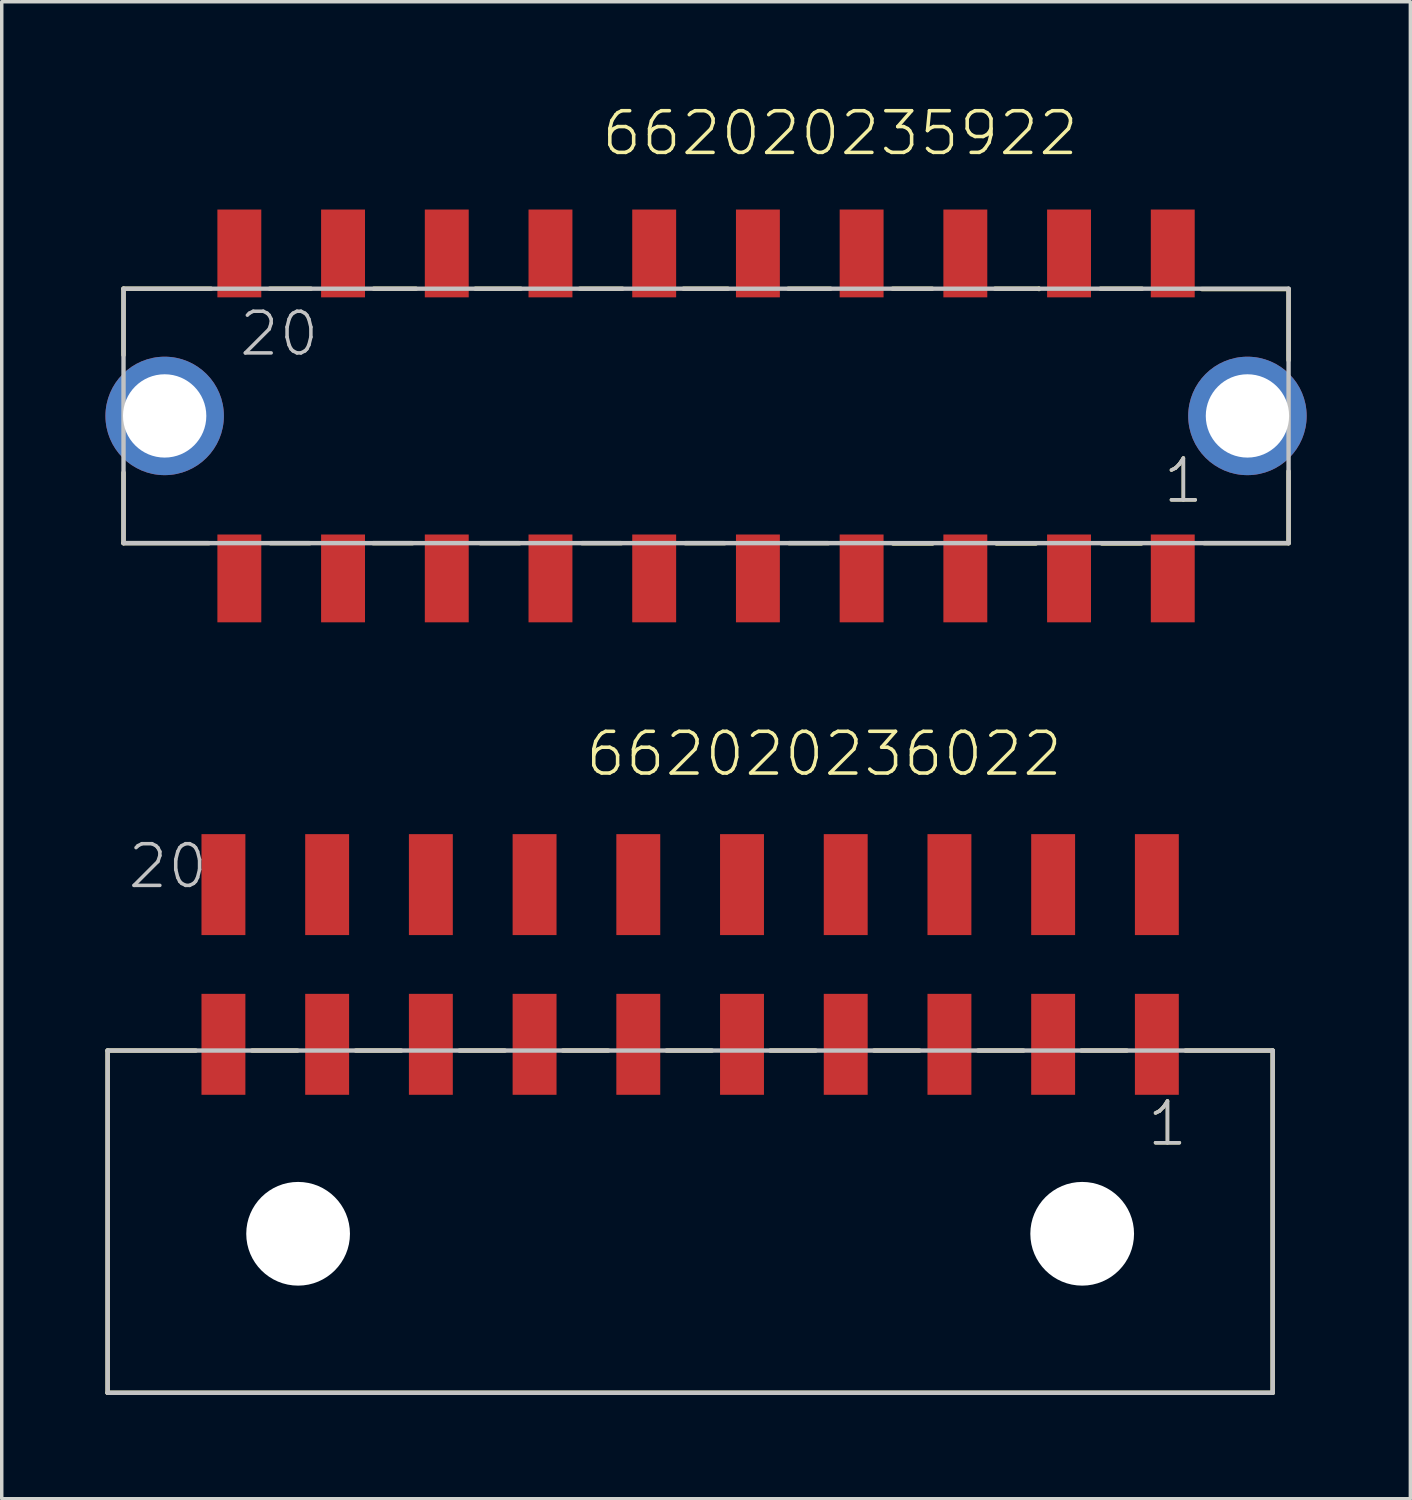
<source format=kicad_pcb>
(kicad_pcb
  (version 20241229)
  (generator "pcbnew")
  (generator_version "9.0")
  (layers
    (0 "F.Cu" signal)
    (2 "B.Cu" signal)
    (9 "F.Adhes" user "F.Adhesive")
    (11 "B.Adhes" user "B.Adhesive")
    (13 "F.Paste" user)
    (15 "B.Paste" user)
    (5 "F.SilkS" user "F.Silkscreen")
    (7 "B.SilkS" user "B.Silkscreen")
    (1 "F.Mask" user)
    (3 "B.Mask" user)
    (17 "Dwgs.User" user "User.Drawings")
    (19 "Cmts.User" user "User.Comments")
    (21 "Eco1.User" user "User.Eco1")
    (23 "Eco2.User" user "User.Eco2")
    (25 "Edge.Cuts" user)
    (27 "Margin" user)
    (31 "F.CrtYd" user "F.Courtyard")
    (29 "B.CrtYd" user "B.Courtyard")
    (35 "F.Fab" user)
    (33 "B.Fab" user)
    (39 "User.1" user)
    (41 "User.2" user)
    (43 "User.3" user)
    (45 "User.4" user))
  (footprint "662020236022"
    (layer "F.Cu")
    (at 16.913 32.638)
    (property "Reference" "662020236022" (at -3.085 -13.175 0) (layer "F.SilkS") (effects (font (size 1.206 1.206) (thickness 0.102)) (justify left bottom)))
    (attr through_hole)
    (fp_line (start -16.85 -5.3) (end -16.85 4.6) (stroke (width 0.127) (type solid)) (layer "F.SilkS"))
    (fp_line (start -16.85 4.6) (end 16.85 4.6) (stroke (width 0.127) (type solid)) (layer "F.SilkS"))
    (fp_line (start -14.3 -5.3) (end -16.85 -5.3) (stroke (width 0.127) (type solid)) (layer "F.SilkS"))
    (fp_line (start -12.67 -5.3) (end -11.36 -5.3) (stroke (width 0.127) (type solid)) (layer "F.SilkS"))
    (fp_line (start -9.67 -5.3) (end -8.36 -5.3) (stroke (width 0.127) (type solid)) (layer "F.SilkS"))
    (fp_line (start -6.67 -5.3) (end -5.36 -5.3) (stroke (width 0.127) (type solid)) (layer "F.SilkS"))
    (fp_line (start -3.68 -5.3) (end -2.37 -5.3) (stroke (width 0.127) (type solid)) (layer "F.SilkS"))
    (fp_line (start -0.68 -5.3) (end 0.63 -5.3) (stroke (width 0.127) (type solid)) (layer "F.SilkS"))
    (fp_line (start 2.32 -5.3) (end 3.63 -5.3) (stroke (width 0.127) (type solid)) (layer "F.SilkS"))
    (fp_line (start 5.32 -5.3) (end 6.63 -5.3) (stroke (width 0.127) (type solid)) (layer "F.SilkS"))
    (fp_line (start 8.33 -5.3) (end 9.64 -5.3) (stroke (width 0.127) (type solid)) (layer "F.SilkS"))
    (fp_line (start 11.32 -5.3) (end 12.63 -5.3) (stroke (width 0.127) (type solid)) (layer "F.SilkS"))
    (fp_line (start 14.33 -5.3) (end 16.85 -5.3) (stroke (width 0.127) (type solid)) (layer "F.SilkS"))
    (fp_line (start 16.85 4.6) (end 16.85 -5.3) (stroke (width 0.127) (type solid)) (layer "F.SilkS"))
    (fp_line (start -16.85 -5.3) (end 16.85 -5.3) (stroke (width 0.127) (type solid)) (layer "Dwgs.User"))
    (fp_line (start -16.85 4.6) (end -16.85 -5.3) (stroke (width 0.127) (type solid)) (layer "Dwgs.User"))
    (fp_line (start 16.85 -5.3) (end 16.85 4.6) (stroke (width 0.127) (type solid)) (layer "Dwgs.User"))
    (fp_line (start 16.85 4.6) (end -16.85 4.6) (stroke (width 0.127) (type solid)) (layer "Dwgs.User"))
    (fp_text user "1" (at 13.165 -2.48 0) (layer "F.SilkS") (effects (font (size 1.206 1.206) (thickness 0.102)) (justify left bottom)))
    (fp_text user "20" (at -16.325 -9.925 0) (layer "Dwgs.User") (effects (font (size 1.206 1.206) (thickness 0.102)) (justify left bottom)))
    (fp_text user "1" (at 13.165 -2.48 0) (layer "Dwgs.User") (effects (font (size 1.206 1.206) (thickness 0.102)) (justify left bottom)))
    (pad "" np_thru_hole circle (at -11.34 0) (size 3 3) (drill 3) (layers "*.Cu"))
    (pad "" np_thru_hole circle (at 11.34 0) (size 3 3) (drill 3) (layers "*.Cu"))
    (pad "1" smd rect (at 13.5 -5.48 90) (size 2.92 1.27) (layers "F.Cu" "F.Mask" "F.Paste"))
    (pad "2" smd rect (at 10.5 -5.48 90) (size 2.92 1.27) (layers "F.Cu" "F.Mask" "F.Paste"))
    (pad "3" smd rect (at 7.5 -5.48 90) (size 2.92 1.27) (layers "F.Cu" "F.Mask" "F.Paste"))
    (pad "4" smd rect (at 4.5 -5.48 90) (size 2.92 1.27) (layers "F.Cu" "F.Mask" "F.Paste"))
    (pad "5" smd rect (at 1.5 -5.48 90) (size 2.92 1.27) (layers "F.Cu" "F.Mask" "F.Paste"))
    (pad "6" smd rect (at -1.5 -5.48 90) (size 2.92 1.27) (layers "F.Cu" "F.Mask" "F.Paste"))
    (pad "7" smd rect (at -4.5 -5.48 90) (size 2.92 1.27) (layers "F.Cu" "F.Mask" "F.Paste"))
    (pad "8" smd rect (at -7.5 -5.48 90) (size 2.92 1.27) (layers "F.Cu" "F.Mask" "F.Paste"))
    (pad "9" smd rect (at -10.5 -5.48 90) (size 2.92 1.27) (layers "F.Cu" "F.Mask" "F.Paste"))
    (pad "10" smd rect (at -13.5 -5.48 90) (size 2.92 1.27) (layers "F.Cu" "F.Mask" "F.Paste"))
    (pad "11" smd rect (at 13.5 -10.1 90) (size 2.92 1.27) (layers "F.Cu" "F.Mask" "F.Paste"))
    (pad "12" smd rect (at 10.5 -10.1 90) (size 2.92 1.27) (layers "F.Cu" "F.Mask" "F.Paste"))
    (pad "13" smd rect (at 7.5 -10.1 90) (size 2.92 1.27) (layers "F.Cu" "F.Mask" "F.Paste"))
    (pad "14" smd rect (at 4.5 -10.1 90) (size 2.92 1.27) (layers "F.Cu" "F.Mask" "F.Paste"))
    (pad "15" smd rect (at 1.5 -10.1 90) (size 2.92 1.27) (layers "F.Cu" "F.Mask" "F.Paste"))
    (pad "16" smd rect (at -1.5 -10.1 90) (size 2.92 1.27) (layers "F.Cu" "F.Mask" "F.Paste"))
    (pad "17" smd rect (at -4.5 -10.1 90) (size 2.92 1.27) (layers "F.Cu" "F.Mask" "F.Paste"))
    (pad "18" smd rect (at -7.5 -10.1 90) (size 2.92 1.27) (layers "F.Cu" "F.Mask" "F.Paste"))
    (pad "19" smd rect (at -10.5 -10.1 90) (size 2.92 1.27) (layers "F.Cu" "F.Mask" "F.Paste"))
    (pad "20" smd rect (at -13.5 -10.1 90) (size 2.92 1.27) (layers "F.Cu" "F.Mask" "F.Paste")))
  (footprint "662020235922"
    (layer "F.Cu")
    (at 17.373 8.981)
    (property "Reference" "662020235922" (at -3.08 -7.47 0) (layer "F.SilkS") (effects (font (size 1.206 1.206) (thickness 0.102)) (justify left bottom)))
    (attr through_hole)
    (fp_line (start -16.85 -3.68) (end -16.85 -1.76) (stroke (width 0.127) (type solid)) (layer "F.SilkS"))
    (fp_line (start -16.85 1.64) (end -16.85 3.68) (stroke (width 0.127) (type solid)) (layer "F.SilkS"))
    (fp_line (start -16.85 3.68) (end -14.38 3.68) (stroke (width 0.127) (type solid)) (layer "F.SilkS"))
    (fp_line (start -14.32 -3.68) (end -16.85 -3.68) (stroke (width 0.127) (type solid)) (layer "F.SilkS"))
    (fp_line (start -12.62 -3.68) (end -11.43 -3.68) (stroke (width 0.127) (type solid)) (layer "F.SilkS"))
    (fp_line (start -12.6 3.68) (end -11.46 3.68) (stroke (width 0.127) (type solid)) (layer "F.SilkS"))
    (fp_line (start -9.63 3.68) (end -8.49 3.68) (stroke (width 0.127) (type solid)) (layer "F.SilkS"))
    (fp_line (start -9.61 -3.68) (end -8.39 -3.68) (stroke (width 0.127) (type solid)) (layer "F.SilkS"))
    (fp_line (start -6.67 -3.68) (end -5.36 -3.68) (stroke (width 0.127) (type solid)) (layer "F.SilkS"))
    (fp_line (start -6.53 3.68) (end -5.39 3.68) (stroke (width 0.127) (type solid)) (layer "F.SilkS"))
    (fp_line (start -3.65 -3.68) (end -2.42 -3.68) (stroke (width 0.127) (type solid)) (layer "F.SilkS"))
    (fp_line (start -3.59 3.68) (end -2.45 3.68) (stroke (width 0.127) (type solid)) (layer "F.SilkS"))
    (fp_line (start -0.65 -3.68) (end 0.63 -3.68) (stroke (width 0.127) (type solid)) (layer "F.SilkS"))
    (fp_line (start -0.6 3.68) (end 0.54 3.68) (stroke (width 0.127) (type solid)) (layer "F.SilkS"))
    (fp_line (start 2.38 -3.68) (end 3.6 -3.68) (stroke (width 0.127) (type solid)) (layer "F.SilkS"))
    (fp_line (start 2.4 3.68) (end 3.54 3.68) (stroke (width 0.127) (type solid)) (layer "F.SilkS"))
    (fp_line (start 5.4 -3.68) (end 6.54 -3.68) (stroke (width 0.127) (type solid)) (layer "F.SilkS"))
    (fp_line (start 5.41 3.69) (end 6.55 3.69) (stroke (width 0.127) (type solid)) (layer "F.SilkS"))
    (fp_line (start 8.36 -3.68) (end 9.63 -3.68) (stroke (width 0.127) (type solid)) (layer "F.SilkS"))
    (fp_line (start 8.4 3.69) (end 9.54 3.69) (stroke (width 0.127) (type solid)) (layer "F.SilkS"))
    (fp_line (start 9.63 -3.68) (end 9.63 -3.67) (stroke (width 0.127) (type solid)) (layer "F.SilkS"))
    (fp_line (start 11.41 -3.68) (end 12.61 -3.68) (stroke (width 0.127) (type solid)) (layer "F.SilkS"))
    (fp_line (start 11.45 3.69) (end 12.59 3.69) (stroke (width 0.127) (type solid)) (layer "F.SilkS"))
    (fp_line (start 14.34 -3.67) (end 16.85 -3.67) (stroke (width 0.127) (type solid)) (layer "F.SilkS"))
    (fp_line (start 16.85 -3.67) (end 16.85 -1.61) (stroke (width 0.127) (type solid)) (layer "F.SilkS"))
    (fp_line (start 16.85 1.6) (end 16.85 3.68) (stroke (width 0.127) (type solid)) (layer "F.SilkS"))
    (fp_line (start 16.85 3.68) (end 14.41 3.68) (stroke (width 0.127) (type solid)) (layer "F.SilkS"))
    (fp_line (start -16.85 -3.68) (end 16.85 -3.68) (stroke (width 0.127) (type solid)) (layer "Dwgs.User"))
    (fp_line (start -16.85 3.68) (end -16.85 -3.68) (stroke (width 0.127) (type solid)) (layer "Dwgs.User"))
    (fp_line (start 16.85 -3.68) (end 16.85 3.68) (stroke (width 0.127) (type solid)) (layer "Dwgs.User"))
    (fp_line (start 16.85 3.68) (end -16.85 3.68) (stroke (width 0.127) (type solid)) (layer "Dwgs.User"))
    (fp_text user "1" (at 13.165 2.58 0) (layer "F.SilkS") (effects (font (size 1.206 1.206) (thickness 0.102)) (justify left bottom)))
    (fp_text user "20" (at -13.565 -1.67 0) (layer "Dwgs.User") (effects (font (size 1.206 1.206) (thickness 0.102)) (justify left bottom)))
    (fp_text user "1" (at 13.165 2.58 0) (layer "Dwgs.User") (effects (font (size 1.206 1.206) (thickness 0.102)) (justify left bottom)))
    (pad "1" smd rect (at 13.5 4.7 90) (size 2.54 1.27) (layers "F.Cu" "F.Mask" "F.Paste"))
    (pad "2" smd rect (at 10.5 4.7 90) (size 2.54 1.27) (layers "F.Cu" "F.Mask" "F.Paste"))
    (pad "3" smd rect (at 7.5 4.7 90) (size 2.54 1.27) (layers "F.Cu" "F.Mask" "F.Paste"))
    (pad "4" smd rect (at 4.5 4.7 90) (size 2.54 1.27) (layers "F.Cu" "F.Mask" "F.Paste"))
    (pad "5" smd rect (at 1.5 4.7 90) (size 2.54 1.27) (layers "F.Cu" "F.Mask" "F.Paste"))
    (pad "6" smd rect (at -1.5 4.7 90) (size 2.54 1.27) (layers "F.Cu" "F.Mask" "F.Paste"))
    (pad "7" smd rect (at -4.5 4.7 90) (size 2.54 1.27) (layers "F.Cu" "F.Mask" "F.Paste"))
    (pad "8" smd rect (at -7.5 4.7 90) (size 2.54 1.27) (layers "F.Cu" "F.Mask" "F.Paste"))
    (pad "9" smd rect (at -10.5 4.7 90) (size 2.54 1.27) (layers "F.Cu" "F.Mask" "F.Paste"))
    (pad "10" smd rect (at -13.5 4.7 90) (size 2.54 1.27) (layers "F.Cu" "F.Mask" "F.Paste"))
    (pad "11" smd rect (at 13.5 -4.7 90) (size 2.54 1.27) (layers "F.Cu" "F.Mask" "F.Paste"))
    (pad "12" smd rect (at 10.5 -4.7 90) (size 2.54 1.27) (layers "F.Cu" "F.Mask" "F.Paste"))
    (pad "13" smd rect (at 7.5 -4.7 90) (size 2.54 1.27) (layers "F.Cu" "F.Mask" "F.Paste"))
    (pad "14" smd rect (at 4.5 -4.7 90) (size 2.54 1.27) (layers "F.Cu" "F.Mask" "F.Paste"))
    (pad "15" smd rect (at 1.5 -4.7 90) (size 2.54 1.27) (layers "F.Cu" "F.Mask" "F.Paste"))
    (pad "16" smd rect (at -1.5 -4.7 90) (size 2.54 1.27) (layers "F.Cu" "F.Mask" "F.Paste"))
    (pad "17" smd rect (at -4.5 -4.7 90) (size 2.54 1.27) (layers "F.Cu" "F.Mask" "F.Paste"))
    (pad "18" smd rect (at -7.5 -4.7 90) (size 2.54 1.27) (layers "F.Cu" "F.Mask" "F.Paste"))
    (pad "19" smd rect (at -10.5 -4.7 90) (size 2.54 1.27) (layers "F.Cu" "F.Mask" "F.Paste"))
    (pad "20" smd rect (at -13.5 -4.7 90) (size 2.54 1.27) (layers "F.Cu" "F.Mask" "F.Paste"))
    (pad "Z1" thru_hole circle (at -15.66 0) (size 3.426 3.426) (drill 2.41) (layers "*.Cu" "*.Mask"))
    (pad "Z2" thru_hole circle (at 15.66 0) (size 3.426 3.426) (drill 2.41) (layers "*.Cu" "*.Mask")))
  (gr_rect
    (start -3 -3)
    (end 37.746 40.301)
    (stroke (width 0.1) (type default))
    (fill no)
    (layer "Edge.Cuts")))
</source>
